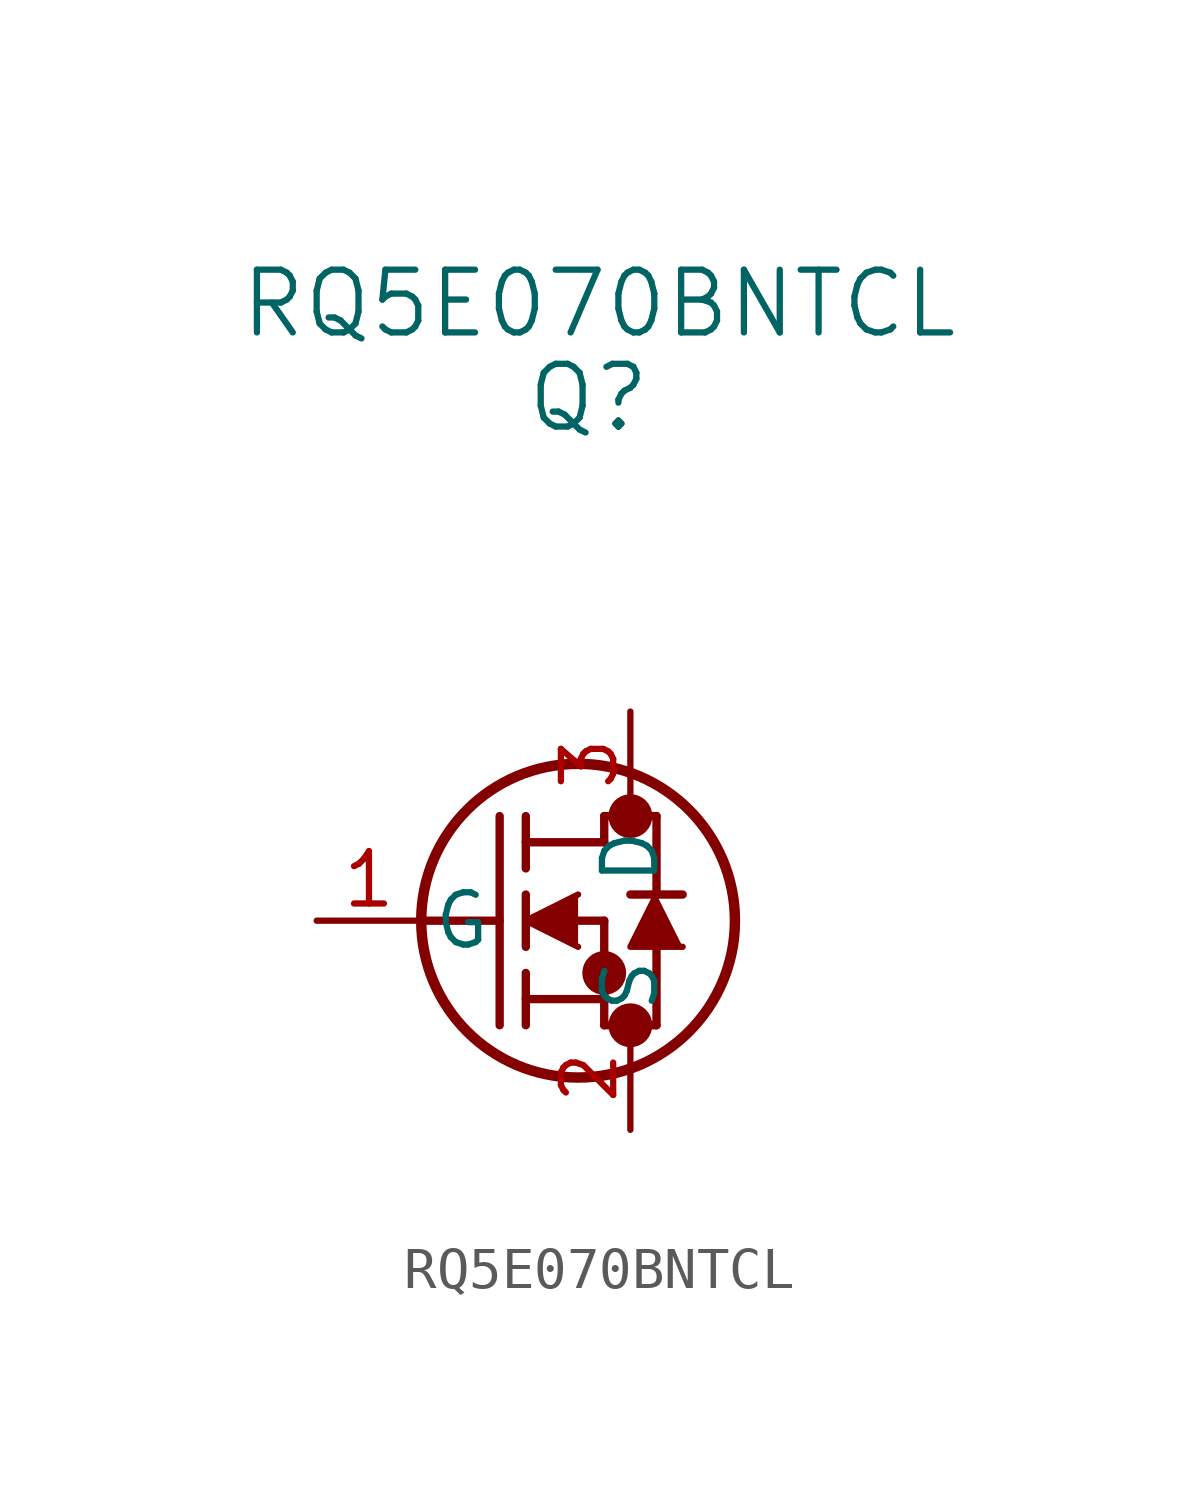
<source format=kicad_sym>
(kicad_symbol_lib
  (version 20241209)
  (generator "kicad_symbol_editor")
  (generator_version "9.0")
  (symbol "RQ5E070BNTCL"
    (pin_names
      (offset 0.254))
    (property "Reference" "Q"
      (at 0.254 12.7 0)
      (effects (font (size 1.524 1.524))))
    (property "Value" "RQ5E070BNTCL"
      (at 0.508 14.986 0)
      (effects (font (size 1.524 1.524))))
    (symbol "RQ5E070BNTCL_0_1"
      (polyline (pts (xy -3.81 0) (xy -1.905 0)) (stroke (width 0.203) (type default)) (fill (type none)))
      (polyline (pts (xy -1.905 -2.54) (xy -1.905 2.54)) (stroke (width 0.203) (type default)) (fill (type none)))
      (polyline (pts (xy -1.27 1.905) (xy 0.635 1.905)) (stroke (width 0.203) (type default)) (fill (type none)))
      (polyline (pts (xy -1.27 1.27) (xy -1.27 2.54)) (stroke (width 0.203) (type default)) (fill (type none)))
      (polyline (pts (xy -1.27 -0.635) (xy -1.27 0.635)) (stroke (width 0.203) (type default)) (fill (type none)))
      (polyline (pts (xy -1.27 -1.905) (xy 0.635 -1.905)) (stroke (width 0.203) (type default)) (fill (type none)))
      (polyline (pts (xy -1.27 -2.54) (xy -1.27 -1.27)) (stroke (width 0.203) (type default)) (fill (type none)))
      (polyline (pts (xy 0 0.635) (xy -1.27 0) (xy 0 -0.635)) (stroke (width 0) (type default)) (fill (type outline)))
      (polyline (pts (xy 0 0) (xy 0.635 0)) (stroke (width 0.203) (type default)) (fill (type none)))
      (circle (center 0 0) (radius 3.81) (stroke (width 0.254) (type default)) (fill (type none)))
      (polyline (pts (xy 0.635 2.54) (xy 1.905 2.54)) (stroke (width 0.203) (type default)) (fill (type none)))
      (polyline (pts (xy 0.635 1.905) (xy 0.635 2.54)) (stroke (width 0.203) (type default)) (fill (type none)))
      (circle (center 0.635 -1.27) (radius 0.025) (stroke (width 0.508) (type default)) (fill (type none)))
      (polyline (pts (xy 0.635 -2.54) (xy 0.635 0)) (stroke (width 0.203) (type default)) (fill (type none)))
      (polyline (pts (xy 0.635 -2.54) (xy 1.905 -2.54)) (stroke (width 0.203) (type default)) (fill (type none)))
      (circle (center 1.27 2.54) (radius 0.025) (stroke (width 0.508) (type default)) (fill (type none)))
      (circle (center 1.27 -2.54) (radius 0.025) (stroke (width 0.508) (type default)) (fill (type none)))
      (polyline (pts (xy 1.905 0.635) (xy 1.905 2.54)) (stroke (width 0.203) (type default)) (fill (type none)))
      (polyline (pts (xy 1.905 -2.54) (xy 1.905 -0.635)) (stroke (width 0.203) (type default)) (fill (type none)))
      (polyline (pts (xy 2.54 0.635) (xy 1.27 0.635)) (stroke (width 0.203) (type default)) (fill (type none)))
      (polyline (pts (xy 2.54 -0.635) (xy 1.27 -0.635) (xy 1.905 0.635)) (stroke (width 0) (type default)) (fill (type outline))))
    (symbol "RQ5E070BNTCL_1_1"
      (pin input line (at -6.35 0 0) (length 2.54) (name "G" (effects (font (size 1.27 1.27)))) (number "1" (effects (font (size 1.27 1.27)))))
      (pin input line (at 1.27 5.08 270) (length 2.54) (name "D" (effects (font (size 1.27 1.27)))) (number "3" (effects (font (size 1.27 1.27)))))
      (pin output line (at 1.27 -5.08 90) (length 2.54) (name "S" (effects (font (size 1.27 1.27)))) (number "2" (effects (font (size 1.27 1.27))))))))
</source>
